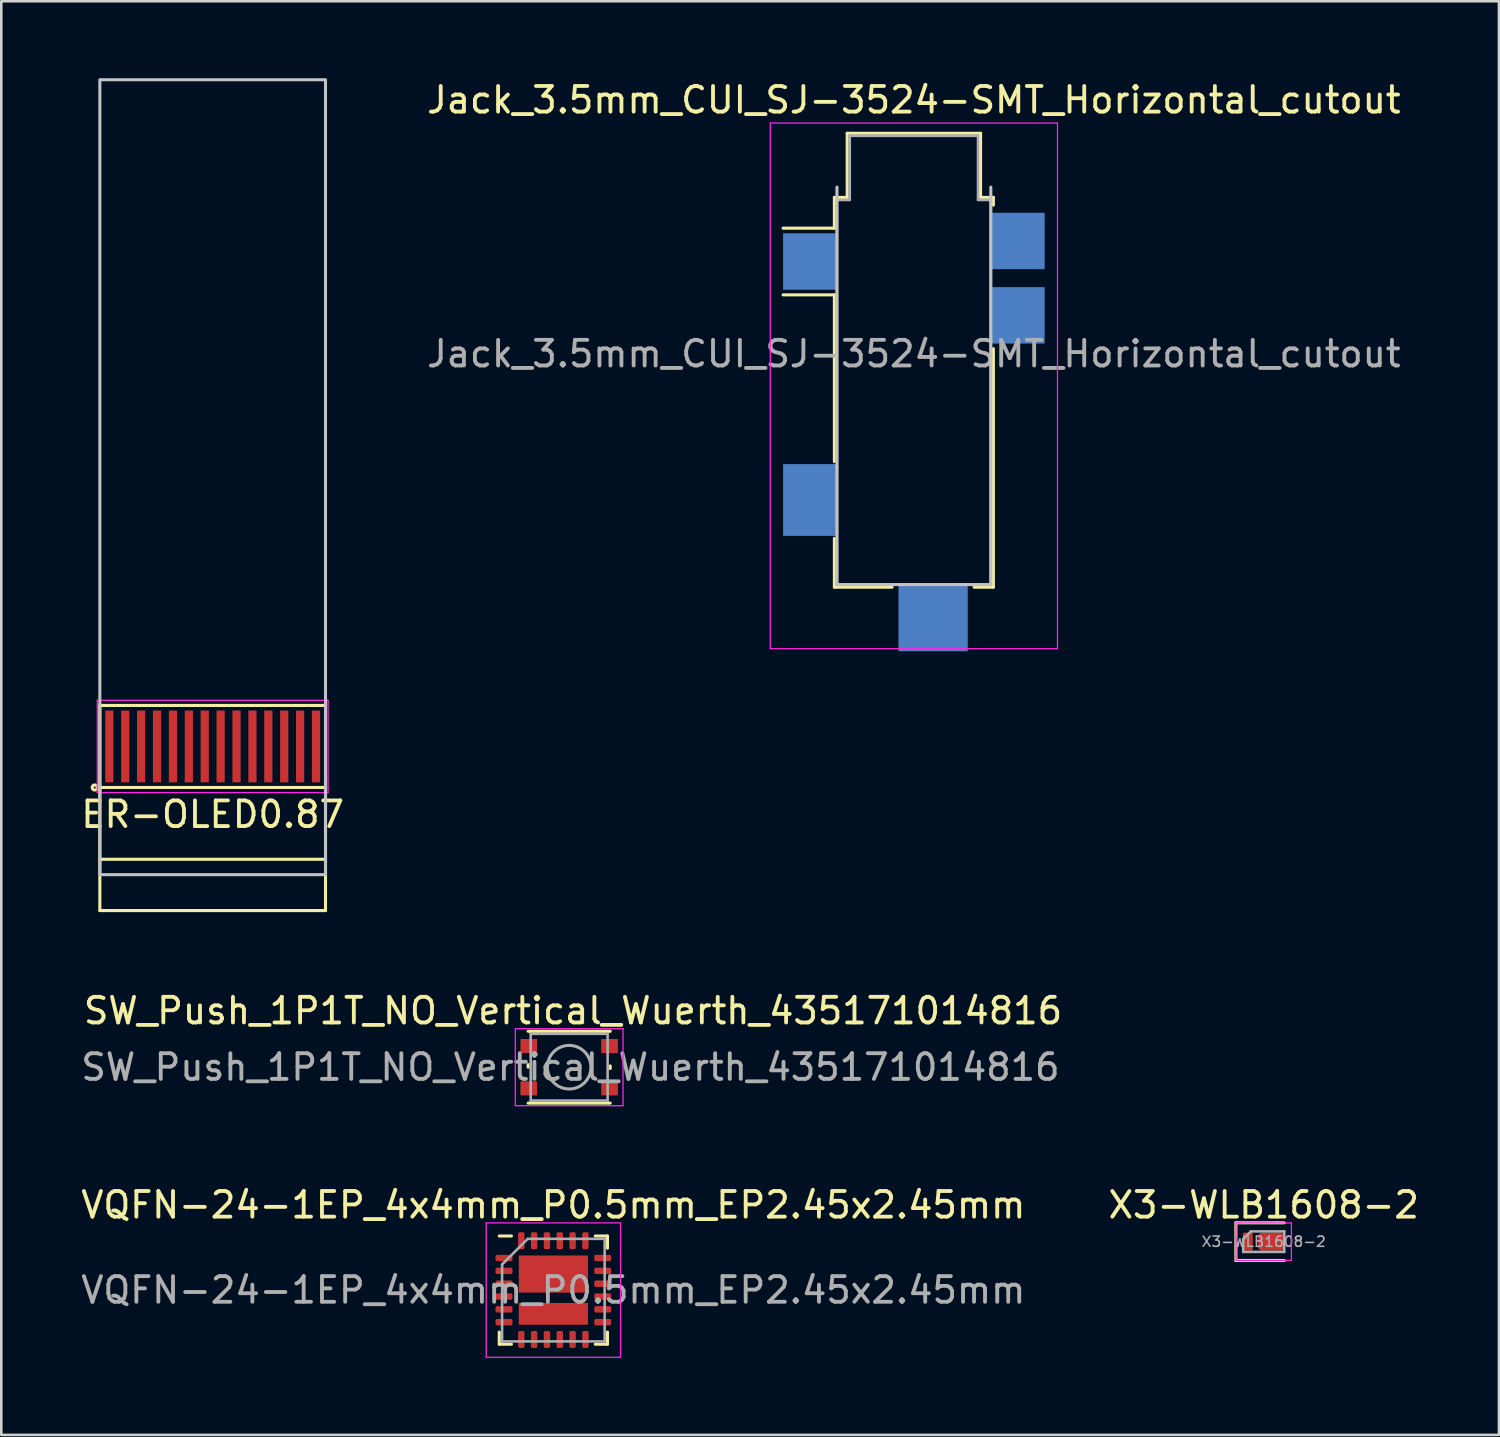
<source format=kicad_pcb>
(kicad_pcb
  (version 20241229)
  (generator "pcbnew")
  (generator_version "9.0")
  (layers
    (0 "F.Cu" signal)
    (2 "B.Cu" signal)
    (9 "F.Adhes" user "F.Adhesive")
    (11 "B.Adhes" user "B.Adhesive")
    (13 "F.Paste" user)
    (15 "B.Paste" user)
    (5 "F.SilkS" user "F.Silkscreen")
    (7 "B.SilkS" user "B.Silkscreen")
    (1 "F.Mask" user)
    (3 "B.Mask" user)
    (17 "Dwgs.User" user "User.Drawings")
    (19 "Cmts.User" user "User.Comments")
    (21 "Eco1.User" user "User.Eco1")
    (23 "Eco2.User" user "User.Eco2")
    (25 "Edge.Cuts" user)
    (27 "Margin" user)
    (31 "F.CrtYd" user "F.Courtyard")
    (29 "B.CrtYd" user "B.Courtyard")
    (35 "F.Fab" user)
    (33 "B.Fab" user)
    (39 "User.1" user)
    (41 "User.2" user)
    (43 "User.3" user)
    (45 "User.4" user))
  (footprint "VQFN-24-1EP_4x4mm_P0.5mm_EP2.45x2.45mm"
    (layer "F.Cu")
    (at 18.53 47.261)
    (property "Reference" "VQFN-24-1EP_4x4mm_P0.5mm_EP2.45x2.45mm" (at 0 -3.32 0) (layer "F.SilkS") (effects (font (size 1 1) (thickness 0.15))))
    (attr smd)
    (fp_line (start -2.11 2.11) (end -2.11 1.635) (stroke (width 0.12) (type solid)) (layer "F.SilkS"))
    (fp_line (start -1.635 -2.11) (end -2.11 -2.11) (stroke (width 0.12) (type solid)) (layer "F.SilkS"))
    (fp_line (start -1.635 2.11) (end -2.11 2.11) (stroke (width 0.12) (type solid)) (layer "F.SilkS"))
    (fp_line (start 1.635 -2.11) (end 2.11 -2.11) (stroke (width 0.12) (type solid)) (layer "F.SilkS"))
    (fp_line (start 1.635 2.11) (end 2.11 2.11) (stroke (width 0.12) (type solid)) (layer "F.SilkS"))
    (fp_line (start 2.11 -2.11) (end 2.11 -1.635) (stroke (width 0.12) (type solid)) (layer "F.SilkS"))
    (fp_line (start 2.11 2.11) (end 2.11 1.635) (stroke (width 0.12) (type solid)) (layer "F.SilkS"))
    (fp_line (start -2.62 -2.62) (end -2.62 2.62) (stroke (width 0.05) (type solid)) (layer "F.CrtYd"))
    (fp_line (start -2.62 2.62) (end 2.62 2.62) (stroke (width 0.05) (type solid)) (layer "F.CrtYd"))
    (fp_line (start 2.62 -2.62) (end -2.62 -2.62) (stroke (width 0.05) (type solid)) (layer "F.CrtYd"))
    (fp_line (start 2.62 2.62) (end 2.62 -2.62) (stroke (width 0.05) (type solid)) (layer "F.CrtYd"))
    (fp_line (start -2 -1) (end -1 -2) (stroke (width 0.1) (type solid)) (layer "F.Fab"))
    (fp_line (start -2 2) (end -2 -1) (stroke (width 0.1) (type solid)) (layer "F.Fab"))
    (fp_line (start -1 -2) (end 2 -2) (stroke (width 0.1) (type solid)) (layer "F.Fab"))
    (fp_line (start 2 -2) (end 2 2) (stroke (width 0.1) (type solid)) (layer "F.Fab"))
    (fp_line (start 2 2) (end -2 2) (stroke (width 0.1) (type solid)) (layer "F.Fab"))
    (fp_text user "${REFERENCE}" (at 0 0 0) (layer "F.Fab") (effects (font (size 1 1) (thickness 0.15))))
    (pad "" smd roundrect (at -0.9 -1) (size 0.66 0.55) (layers "F.Paste") (roundrect_rratio 0.25))
    (pad "" smd roundrect (at -0.9 -0.3) (size 0.66 0.53) (layers "F.Paste") (roundrect_rratio 0.25))
    (pad "" smd roundrect (at -0.9 0.925) (size 0.66 0.53) (layers "F.Paste") (roundrect_rratio 0.25))
    (pad "" smd roundrect (at -0.02 -1) (size 0.66 0.53) (layers "F.Paste") (roundrect_rratio 0.25))
    (pad "" smd roundrect (at -0.02 -0.3) (size 0.66 0.53) (layers "F.Paste") (roundrect_rratio 0.25))
    (pad "" smd roundrect (at 0 0.925) (size 0.66 0.53) (layers "F.Paste") (roundrect_rratio 0.25))
    (pad "" smd roundrect (at 0.9 -1) (size 0.66 0.53) (layers "F.Paste") (roundrect_rratio 0.25))
    (pad "" smd roundrect (at 0.9 -0.3) (size 0.66 0.53) (layers "F.Paste") (roundrect_rratio 0.25))
    (pad "" smd roundrect (at 0.9 0.925) (size 0.66 0.53) (layers "F.Paste") (roundrect_rratio 0.25))
    (pad "1" smd roundrect (at -1.925 -1.25) (size 0.662 0.25) (layers "F.Cu" "F.Mask" "F.Paste") (roundrect_rratio 0.25))
    (pad "2" smd roundrect (at -1.925 -0.75) (size 0.662 0.25) (layers "F.Cu" "F.Mask" "F.Paste") (roundrect_rratio 0.25))
    (pad "3" smd roundrect (at -1.925 -0.25) (size 0.662 0.25) (layers "F.Cu" "F.Mask" "F.Paste") (roundrect_rratio 0.25))
    (pad "4" smd roundrect (at -1.925 0.25) (size 0.662 0.25) (layers "F.Cu" "F.Mask" "F.Paste") (roundrect_rratio 0.25))
    (pad "5" smd roundrect (at -1.925 0.75) (size 0.662 0.25) (layers "F.Cu" "F.Mask" "F.Paste") (roundrect_rratio 0.25))
    (pad "6" smd roundrect (at -1.925 1.25) (size 0.662 0.25) (layers "F.Cu" "F.Mask" "F.Paste") (roundrect_rratio 0.25))
    (pad "7" smd roundrect (at -1.25 1.925) (size 0.25 0.662) (layers "F.Cu" "F.Mask" "F.Paste") (roundrect_rratio 0.25))
    (pad "8" smd roundrect (at -0.75 1.925) (size 0.25 0.662) (layers "F.Cu" "F.Mask" "F.Paste") (roundrect_rratio 0.25))
    (pad "9" smd roundrect (at -0.25 1.925) (size 0.25 0.662) (layers "F.Cu" "F.Mask" "F.Paste") (roundrect_rratio 0.25))
    (pad "10" smd roundrect (at 0.25 1.925) (size 0.25 0.662) (layers "F.Cu" "F.Mask" "F.Paste") (roundrect_rratio 0.25))
    (pad "11" smd roundrect (at 0.75 1.925) (size 0.25 0.662) (layers "F.Cu" "F.Mask" "F.Paste") (roundrect_rratio 0.25))
    (pad "12" smd roundrect (at 1.25 1.925) (size 0.25 0.662) (layers "F.Cu" "F.Mask" "F.Paste") (roundrect_rratio 0.25))
    (pad "13" smd roundrect (at 1.925 1.25) (size 0.662 0.25) (layers "F.Cu" "F.Mask" "F.Paste") (roundrect_rratio 0.25))
    (pad "14" smd roundrect (at 1.925 0.75) (size 0.662 0.25) (layers "F.Cu" "F.Mask" "F.Paste") (roundrect_rratio 0.25))
    (pad "15" smd roundrect (at 1.925 0.25) (size 0.662 0.25) (layers "F.Cu" "F.Mask" "F.Paste") (roundrect_rratio 0.25))
    (pad "16" smd roundrect (at 1.925 -0.25) (size 0.662 0.25) (layers "F.Cu" "F.Mask" "F.Paste") (roundrect_rratio 0.25))
    (pad "17" smd roundrect (at 1.925 -0.75) (size 0.662 0.25) (layers "F.Cu" "F.Mask" "F.Paste") (roundrect_rratio 0.25))
    (pad "18" smd roundrect (at 1.925 -1.25) (size 0.662 0.25) (layers "F.Cu" "F.Mask" "F.Paste") (roundrect_rratio 0.25))
    (pad "19" smd roundrect (at 1.25 -1.925) (size 0.25 0.662) (layers "F.Cu" "F.Mask" "F.Paste") (roundrect_rratio 0.25))
    (pad "20" smd roundrect (at 0.75 -1.925) (size 0.25 0.662) (layers "F.Cu" "F.Mask" "F.Paste") (roundrect_rratio 0.25))
    (pad "21" smd roundrect (at 0.25 -1.925) (size 0.25 0.662) (layers "F.Cu" "F.Mask" "F.Paste") (roundrect_rratio 0.25))
    (pad "22" smd roundrect (at -0.25 -1.925) (size 0.25 0.662) (layers "F.Cu" "F.Mask" "F.Paste") (roundrect_rratio 0.25))
    (pad "23" smd roundrect (at -0.75 -1.925) (size 0.25 0.662) (layers "F.Cu" "F.Mask" "F.Paste") (roundrect_rratio 0.25))
    (pad "24" smd roundrect (at -1.25 -1.925) (size 0.25 0.662) (layers "F.Cu" "F.Mask" "F.Paste") (roundrect_rratio 0.25))
    (pad "25" smd rect (at 0 -0.625) (size 2.7 1.45) (layers "F.Cu" "F.Mask"))
    (pad "26" smd rect (at 0 0.925) (size 2.7 0.85) (layers "F.Cu" "F.Mask")))
  (footprint "X3-WLB1608-2"
    (layer "F.Cu")
    (at 46.232 45.371)
    (property "Reference" "X3-WLB1608-2" (at 0 -1.43 0) (layer "F.SilkS") (effects (font (size 1 1) (thickness 0.15))))
    (attr smd)
    (fp_line (start -1.085 -0.735) (end -1.085 0.735) (stroke (width 0.12) (type solid)) (layer "F.SilkS"))
    (fp_line (start -1.08 0.735) (end 0.8 0.735) (stroke (width 0.12) (type solid)) (layer "F.SilkS"))
    (fp_line (start 0.8 -0.735) (end -1.08 -0.735) (stroke (width 0.12) (type solid)) (layer "F.SilkS"))
    (fp_line (start -1.08 -0.73) (end 1.08 -0.73) (stroke (width 0.05) (type solid)) (layer "F.CrtYd"))
    (fp_line (start -1.08 0.73) (end -1.08 -0.73) (stroke (width 0.05) (type solid)) (layer "F.CrtYd"))
    (fp_line (start 1.08 -0.73) (end 1.08 0.73) (stroke (width 0.05) (type solid)) (layer "F.CrtYd"))
    (fp_line (start 1.08 0.73) (end -1.08 0.73) (stroke (width 0.05) (type solid)) (layer "F.CrtYd"))
    (fp_line (start -0.8 -0.1) (end -0.8 0.4) (stroke (width 0.1) (type solid)) (layer "F.Fab"))
    (fp_line (start -0.8 0.4) (end 0.8 0.4) (stroke (width 0.1) (type solid)) (layer "F.Fab"))
    (fp_line (start -0.5 -0.4) (end -0.8 -0.1) (stroke (width 0.1) (type solid)) (layer "F.Fab"))
    (fp_line (start 0.8 -0.4) (end -0.5 -0.4) (stroke (width 0.1) (type solid)) (layer "F.Fab"))
    (fp_line (start 0.8 0.4) (end 0.8 -0.4) (stroke (width 0.1) (type solid)) (layer "F.Fab"))
    (fp_text user "${REFERENCE}" (at 0 0 0) (layer "F.Fab") (effects (font (size 0.4 0.4) (thickness 0.06))))
    (pad "1" smd roundrect (at -0.619 0) (size 0.385 0.7) (layers "F.Cu" "F.Mask" "F.Paste") (roundrect_rratio 0.13))
    (pad "2" smd roundrect (at 0.293 0) (size 1.035 0.7) (layers "F.Cu" "F.Mask" "F.Paste") (roundrect_rratio 0.25)))
  (footprint "SW_Push_1P1T_NO_Vertical_Wuerth_435171014816"
    (layer "F.Cu")
    (at 19.146 38.568)
    (property "Reference" "SW_Push_1P1T_NO_Vertical_Wuerth_435171014816" (at 0.15 -2.2 0) (layer "F.SilkS") (effects (font (size 1 1) (thickness 0.15))))
    (attr smd)
    (fp_line (start -1.6 0) (end -1.6 -0.1) (stroke (width 0.12) (type solid)) (layer "F.SilkS"))
    (fp_line (start -1.6 1.4) (end 1.6 1.4) (stroke (width 0.12) (type solid)) (layer "F.SilkS"))
    (fp_line (start 1.6 -1.4) (end -1.6 -1.4) (stroke (width 0.12) (type solid)) (layer "F.SilkS"))
    (fp_line (start 1.6 0.05) (end 1.6 -0.05) (stroke (width 0.12) (type solid)) (layer "F.SilkS"))
    (fp_line (start -2.1 -1.5) (end 2.1 -1.5) (stroke (width 0.05) (type solid)) (layer "F.CrtYd"))
    (fp_line (start -2.1 1.5) (end -2.1 -1.5) (stroke (width 0.05) (type solid)) (layer "F.CrtYd"))
    (fp_line (start 2.1 -1.5) (end 2.1 1.5) (stroke (width 0.05) (type solid)) (layer "F.CrtYd"))
    (fp_line (start 2.1 1.5) (end -2.1 1.5) (stroke (width 0.05) (type solid)) (layer "F.CrtYd"))
    (fp_line (start -1.5 -1.3) (end -1.5 1.3) (stroke (width 0.1) (type solid)) (layer "F.Fab"))
    (fp_line (start -1.5 -1.3) (end 1.5 -1.3) (stroke (width 0.1) (type solid)) (layer "F.Fab"))
    (fp_line (start 1.5 -1.3) (end 1.5 1.3) (stroke (width 0.1) (type solid)) (layer "F.Fab"))
    (fp_line (start 1.5 1.3) (end -1.5 1.3) (stroke (width 0.1) (type solid)) (layer "F.Fab"))
    (fp_circle (center 0 0) (end 0.85 0) (stroke (width 0.12) (type solid)) (fill no) (layer "F.Fab"))
    (fp_text user "${REFERENCE}" (at 0.05 0 0) (layer "F.Fab") (effects (font (size 1 1) (thickness 0.15))))
    (pad "1" smd rect (at -1.575 -0.825) (size 0.65 0.55) (layers "F.Cu" "F.Mask" "F.Paste"))
    (pad "1" smd rect (at 1.575 -0.825) (size 0.65 0.55) (layers "F.Cu" "F.Mask" "F.Paste"))
    (pad "2" smd rect (at -1.575 0.825) (size 0.65 0.55) (layers "F.Cu" "F.Mask" "F.Paste"))
    (pad "2" smd rect (at 1.575 0.825) (size 0.65 0.55) (layers "F.Cu" "F.Mask" "F.Paste")))
  (footprint "ER-OLED0.87"
    (layer "F.Cu")
    (at 5.244 26.06)
    (property "Reference" "ER-OLED0.87" (at 0 2.65 0) (layer "F.SilkS") (effects (font (size 1 1) (thickness 0.15))))
    (attr smd)
    (fp_line (start -4.4 -1.6) (end 4.4 -1.6) (stroke (width 0.12) (type solid)) (layer "F.SilkS"))
    (fp_line (start -4.4 1.6) (end 4.4 1.6) (stroke (width 0.12) (type solid)) (layer "F.SilkS"))
    (fp_line (start -4.4 1.7) (end -4.4 -1.6) (stroke (width 0.12) (type solid)) (layer "F.SilkS"))
    (fp_line (start -4.4 6.4) (end -4.4 1.7) (stroke (width 0.12) (type solid)) (layer "F.SilkS"))
    (fp_line (start -4.4 6.4) (end 4.4 6.4) (stroke (width 0.12) (type solid)) (layer "F.SilkS"))
    (fp_line (start 4.4 1.7) (end 4.4 -1.6) (stroke (width 0.12) (type solid)) (layer "F.SilkS"))
    (fp_line (start 4.4 1.7) (end 4.4 6.4) (stroke (width 0.12) (type solid)) (layer "F.SilkS"))
    (fp_line (start 4.4 4.4) (end -4.4 4.4) (stroke (width 0.12) (type solid)) (layer "F.SilkS"))
    (fp_circle (center -4.6 1.6) (end -4.6 1.7) (stroke (width 0.12) (type solid)) (fill no) (layer "F.SilkS"))
    (fp_rect (start -4.4 5) (end 4.4 -26) (stroke (width 0.12) (type solid)) (fill no) (layer "Dwgs.User"))
    (fp_line (start -4.5 -1.8) (end -4.5 1.8) (stroke (width 0.05) (type solid)) (layer "F.CrtYd"))
    (fp_line (start -4.5 -1.8) (end 4.5 -1.8) (stroke (width 0.05) (type solid)) (layer "F.CrtYd"))
    (fp_line (start -4.5 1.8) (end 4.5 1.8) (stroke (width 0.05) (type solid)) (layer "F.CrtYd"))
    (fp_line (start 4.5 -1.8) (end 4.5 1.8) (stroke (width 0.05) (type solid)) (layer "F.CrtYd"))
    (pad "1" smd rect (at -4.03 0) (size 0.32 2.8) (layers "F.Cu" "F.Mask" "F.Paste"))
    (pad "2" smd rect (at -3.41 0) (size 0.32 2.8) (layers "F.Cu" "F.Mask" "F.Paste"))
    (pad "3" smd rect (at -2.79 0) (size 0.32 2.8) (layers "F.Cu" "F.Mask" "F.Paste"))
    (pad "4" smd rect (at -2.17 0) (size 0.32 2.8) (layers "F.Cu" "F.Mask" "F.Paste"))
    (pad "5" smd rect (at -1.55 0) (size 0.32 2.8) (layers "F.Cu" "F.Mask" "F.Paste"))
    (pad "6" smd rect (at -0.93 0) (size 0.32 2.8) (layers "F.Cu" "F.Mask" "F.Paste"))
    (pad "7" smd rect (at -0.31 0) (size 0.32 2.8) (layers "F.Cu" "F.Mask" "F.Paste"))
    (pad "8" smd rect (at 0.31 0) (size 0.32 2.8) (layers "F.Cu" "F.Mask" "F.Paste"))
    (pad "9" smd rect (at 0.93 0) (size 0.32 2.8) (layers "F.Cu" "F.Mask" "F.Paste"))
    (pad "10" smd rect (at 1.55 0) (size 0.32 2.8) (layers "F.Cu" "F.Mask" "F.Paste"))
    (pad "11" smd rect (at 2.17 0) (size 0.32 2.8) (layers "F.Cu" "F.Mask" "F.Paste"))
    (pad "12" smd rect (at 2.79 0) (size 0.32 2.8) (layers "F.Cu" "F.Mask" "F.Paste"))
    (pad "13" smd rect (at 3.41 0) (size 0.32 2.8) (layers "F.Cu" "F.Mask" "F.Paste"))
    (pad "14" smd rect (at 4.03 0) (size 0.32 2.8) (layers "F.Cu" "F.Mask" "F.Paste")))
  (footprint "Jack_3.5mm_CUI_SJ-3524-SMT_Horizontal_cutout"
    (layer "F.Cu")
    (at 32.589 8.248)
    (property "Reference" "Jack_3.5mm_CUI_SJ-3524-SMT_Horizontal_cutout" (at 0 -7.4 0) (layer "F.SilkS") (effects (font (size 1 1) (thickness 0.15))))
    (attr smd)
    (fp_line (start -3.1 -3.6) (end -2.6 -3.6) (stroke (width 0.12) (type solid)) (layer "F.SilkS"))
    (fp_line (start -3.1 -2.4) (end -5.1 -2.4) (stroke (width 0.12) (type solid)) (layer "F.SilkS"))
    (fp_line (start -3.1 -2.4) (end -3.1 -3.6) (stroke (width 0.12) (type solid)) (layer "F.SilkS"))
    (fp_line (start -3.1 0.2) (end -5.1 0.2) (stroke (width 0.12) (type solid)) (layer "F.SilkS"))
    (fp_line (start -3.1 6.7) (end -3.1 0.2) (stroke (width 0.12) (type solid)) (layer "F.SilkS"))
    (fp_line (start -3.1 11.6) (end -3.1 9.7) (stroke (width 0.12) (type solid)) (layer "F.SilkS"))
    (fp_line (start -2.6 -6.1) (end 2.6 -6.1) (stroke (width 0.12) (type solid)) (layer "F.SilkS"))
    (fp_line (start -2.6 -3.6) (end -2.6 -6.1) (stroke (width 0.12) (type solid)) (layer "F.SilkS"))
    (fp_line (start -0.85 11.6) (end -3.1 11.6) (stroke (width 0.12) (type solid)) (layer "F.SilkS"))
    (fp_line (start 2.6 -6.1) (end 2.6 -3.6) (stroke (width 0.12) (type solid)) (layer "F.SilkS"))
    (fp_line (start 2.6 -3.6) (end 3.1 -3.6) (stroke (width 0.12) (type solid)) (layer "F.SilkS"))
    (fp_line (start 3.1 -3.6) (end 3.1 -3.3) (stroke (width 0.12) (type solid)) (layer "F.SilkS"))
    (fp_line (start 3.1 2.3) (end 3.1 11.6) (stroke (width 0.12) (type solid)) (layer "F.SilkS"))
    (fp_line (start 3.1 11.6) (end 2.35 11.6) (stroke (width 0.12) (type solid)) (layer "F.SilkS"))
    (fp_line (start -3 -4) (end -3 11.5) (stroke (width 0.12) (type solid)) (layer "Dwgs.User"))
    (fp_line (start -3 11.5) (end 3 11.5) (stroke (width 0.12) (type solid)) (layer "Dwgs.User"))
    (fp_line (start 3 11.5) (end 3 -4) (stroke (width 0.12) (type solid)) (layer "Dwgs.User"))
    (fp_line (start -5.6 -6.5) (end 5.6 -6.5) (stroke (width 0.05) (type solid)) (layer "F.CrtYd"))
    (fp_line (start -5.6 14) (end -5.6 -6.5) (stroke (width 0.05) (type solid)) (layer "F.CrtYd"))
    (fp_line (start 5.6 -6.5) (end 5.6 14) (stroke (width 0.05) (type solid)) (layer "F.CrtYd"))
    (fp_line (start 5.6 14) (end -5.6 14) (stroke (width 0.05) (type solid)) (layer "F.CrtYd"))
    (fp_line (start -3 -3.5) (end -2.5 -3.5) (stroke (width 0.1) (type solid)) (layer "F.Fab"))
    (fp_line (start -3 11.5) (end -3 -3.5) (stroke (width 0.1) (type solid)) (layer "F.Fab"))
    (fp_line (start -2.5 -6) (end 2.5 -6) (stroke (width 0.1) (type solid)) (layer "F.Fab"))
    (fp_line (start -2.5 -3.5) (end -2.5 -6) (stroke (width 0.1) (type solid)) (layer "F.Fab"))
    (fp_line (start 2.5 -6) (end 2.5 -3.5) (stroke (width 0.1) (type solid)) (layer "F.Fab"))
    (fp_line (start 2.5 -3.5) (end 3 -3.5) (stroke (width 0.1) (type solid)) (layer "F.Fab"))
    (fp_line (start 3 -3.5) (end 3 11.5) (stroke (width 0.1) (type solid)) (layer "F.Fab"))
    (fp_line (start 3 11.5) (end -3 11.5) (stroke (width 0.1) (type solid)) (layer "F.Fab"))
    (fp_text user "${REFERENCE}" (at 0 2.5 0) (layer "F.Fab") (effects (font (size 1 1) (thickness 0.15))))
    (pad "G" smd rect (at -4.05 -1.1) (size 2.1 2.2) (layers "B.Cu" "B.Mask" "B.Paste"))
    (pad "S" smd rect (at 4.05 1) (size 2.1 2.2) (layers "B.Cu" "B.Mask" "B.Paste"))
    (pad "SN" smd rect (at 4.05 -1.9) (size 2.1 2.2) (layers "B.Cu" "B.Mask" "B.Paste"))
    (pad "T" smd rect (at -4.05 8.2) (size 2.1 2.8) (layers "B.Cu" "B.Mask" "B.Paste"))
    (pad "TN" smd rect (at 0.75 12.8) (size 2.7 2.6) (layers "B.Cu" "B.Mask" "B.Paste")))
  (gr_rect
    (start -3 -3)
    (end 55.405 52.907)
    (stroke (width 0.1) (type default))
    (fill no)
    (layer "Edge.Cuts")))
</source>
